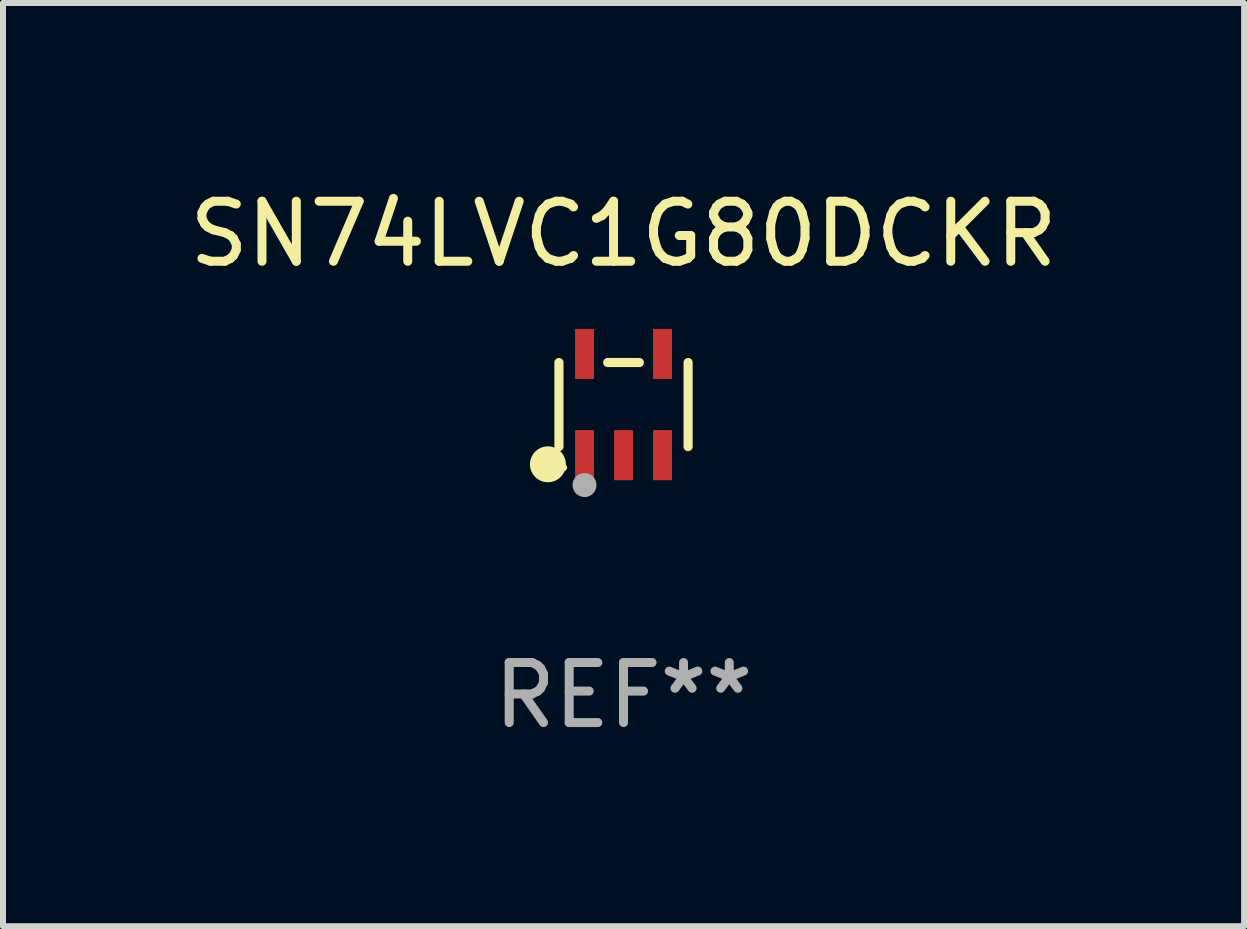
<source format=kicad_pcb>
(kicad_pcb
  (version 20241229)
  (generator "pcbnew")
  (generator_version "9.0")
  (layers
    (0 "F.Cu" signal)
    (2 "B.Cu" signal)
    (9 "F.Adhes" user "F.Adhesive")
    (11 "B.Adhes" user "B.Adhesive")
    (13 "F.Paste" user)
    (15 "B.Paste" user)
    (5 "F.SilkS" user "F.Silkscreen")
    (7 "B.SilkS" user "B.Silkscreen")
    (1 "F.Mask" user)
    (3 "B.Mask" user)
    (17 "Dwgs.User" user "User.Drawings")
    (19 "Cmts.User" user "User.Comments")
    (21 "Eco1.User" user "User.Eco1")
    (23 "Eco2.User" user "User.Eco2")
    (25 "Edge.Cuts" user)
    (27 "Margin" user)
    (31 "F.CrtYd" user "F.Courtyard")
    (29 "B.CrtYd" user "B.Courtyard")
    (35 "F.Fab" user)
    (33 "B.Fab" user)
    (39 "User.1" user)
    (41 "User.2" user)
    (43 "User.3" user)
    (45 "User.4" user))
  (footprint "SN74LVC1G80DCKR"
    (layer "F.Cu")
    (at 7.339 3.691)
    (property "Reference" "SN74LVC1G80DCKR" (at 0 -2.843 0) (layer "F.SilkS") (effects (font (size 1 1) (thickness 0.15))))
    (attr through_hole)
    (fp_line (start -1.076 0.701) (end -1.076 -0.701) (stroke (width 0.152) (type solid)) (layer "F.SilkS"))
    (fp_line (start 0.264 -0.701) (end -0.264 -0.701) (stroke (width 0.152) (type solid)) (layer "F.SilkS"))
    (fp_line (start 1.076 0.701) (end 1.076 -0.701) (stroke (width 0.152) (type solid)) (layer "F.SilkS"))
    (fp_circle (center -1.26 0.995) (end -1.11 0.995) (stroke (width 0.3) (type solid)) (fill no) (layer "F.SilkS"))
    (fp_circle (center -1 1.05) (end -0.97 1.05) (stroke (width 0.06) (type solid)) (fill no) (layer "F.SilkS"))
    (fp_circle (center -0.65 1.341) (end -0.55 1.341) (stroke (width 0.2) (type solid)) (fill no) (layer "F.Fab"))
    (fp_text user "REF**" (at 0 4.843 0) (layer "F.Fab") (effects (font (size 1 1) (thickness 0.15))))
    (pad "1" smd rect (at -0.65 0.843) (size 0.315 0.835) (layers "F.Cu" "F.Mask" "F.Paste"))
    (pad "2" smd rect (at 0.00014 0.843) (size 0.315 0.835) (layers "F.Cu" "F.Mask" "F.Paste"))
    (pad "3" smd rect (at 0.65 0.843) (size 0.315 0.835) (layers "F.Cu" "F.Mask" "F.Paste"))
    (pad "4" smd rect (at 0.65 -0.843) (size 0.315 0.835) (layers "F.Cu" "F.Mask" "F.Paste"))
    (pad "5" smd rect (at -0.65 -0.843) (size 0.315 0.835) (layers "F.Cu" "F.Mask" "F.Paste")))
  (gr_rect
    (start -3 -3)
    (end 17.679 12.382)
    (stroke (width 0.1) (type default))
    (fill no)
    (layer "Edge.Cuts")))
</source>
